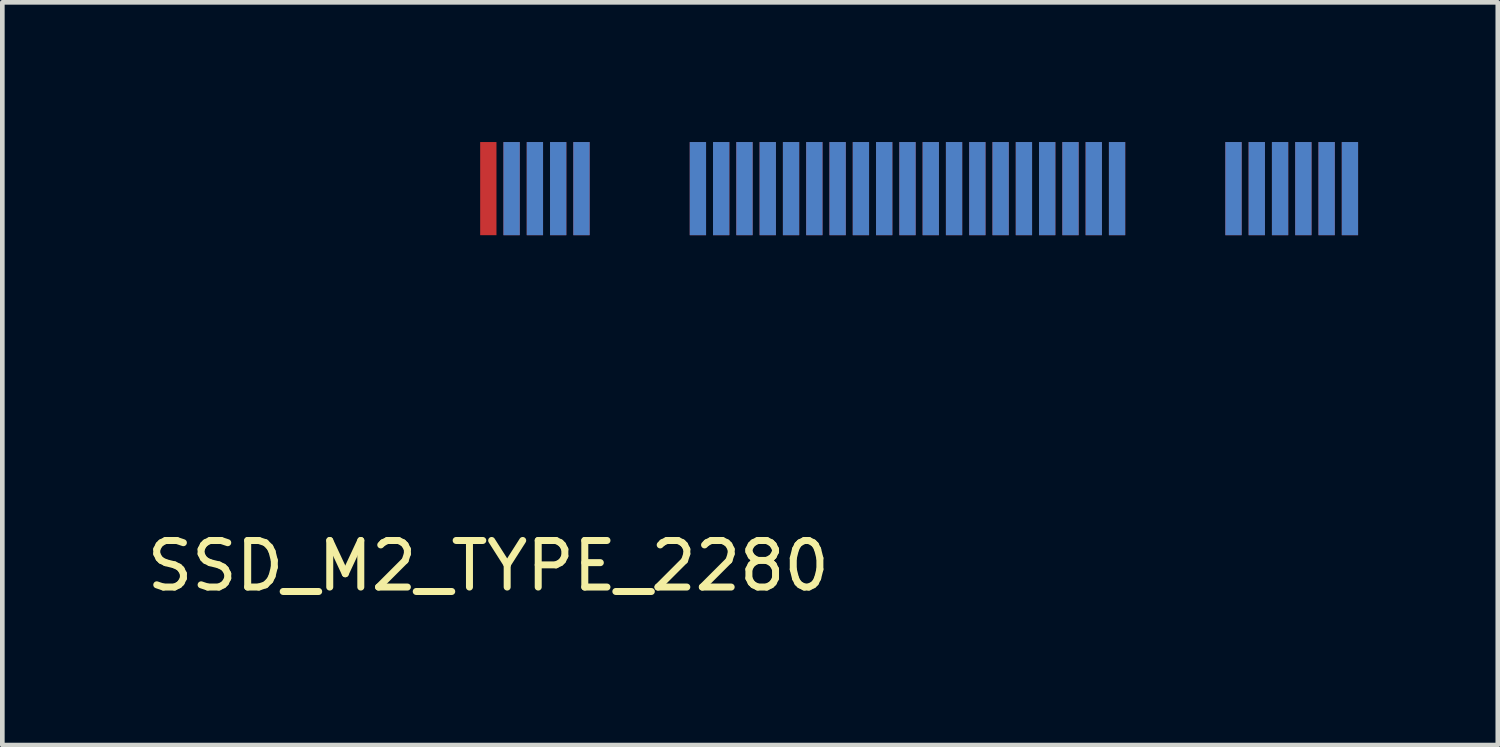
<source format=kicad_pcb>
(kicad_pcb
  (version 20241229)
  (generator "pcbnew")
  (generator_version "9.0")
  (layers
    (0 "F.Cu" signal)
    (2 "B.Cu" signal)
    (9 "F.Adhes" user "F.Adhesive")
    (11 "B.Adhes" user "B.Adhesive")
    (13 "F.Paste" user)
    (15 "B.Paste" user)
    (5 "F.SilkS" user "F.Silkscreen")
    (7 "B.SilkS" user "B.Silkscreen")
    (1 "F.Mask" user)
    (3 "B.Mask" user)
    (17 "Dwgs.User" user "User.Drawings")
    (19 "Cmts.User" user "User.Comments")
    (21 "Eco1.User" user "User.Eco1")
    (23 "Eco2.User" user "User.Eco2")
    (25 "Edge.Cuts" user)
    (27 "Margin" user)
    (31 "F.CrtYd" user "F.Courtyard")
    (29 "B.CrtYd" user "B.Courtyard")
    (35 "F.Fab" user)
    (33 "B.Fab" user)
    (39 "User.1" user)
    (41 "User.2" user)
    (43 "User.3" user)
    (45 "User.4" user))
  (footprint "SSD_M2_TYPE_2280"
    (layer "F.Cu")
    (at 7.435 1)
    (property "Reference" "SSD_M2_TYPE_2280" (at 0 8.1 0) (layer "F.SilkS") (effects (font (size 1 1) (thickness 0.15))))
    (attr through_hole)
    (pad "1" smd rect (at 18.5 0) (size 0.35 2) (layers "F.Cu" "F.Mask" "F.Paste"))
    (pad "2" smd rect (at 18.5 0) (size 0.35 2) (layers "B.Cu" "B.Mask" "B.Paste"))
    (pad "3" smd rect (at 18 0) (size 0.35 2) (layers "F.Cu" "F.Mask" "F.Paste"))
    (pad "4" smd rect (at 18 0) (size 0.35 2) (layers "B.Cu" "B.Mask" "B.Paste"))
    (pad "5" smd rect (at 17.5 0) (size 0.35 2) (layers "F.Cu" "F.Mask" "F.Paste"))
    (pad "6" smd rect (at 17.5 0) (size 0.35 2) (layers "B.Cu" "B.Mask" "B.Paste"))
    (pad "7" smd rect (at 17 0) (size 0.35 2) (layers "F.Cu" "F.Mask" "F.Paste"))
    (pad "8" smd rect (at 17 0) (size 0.35 2) (layers "B.Cu" "B.Mask" "B.Paste"))
    (pad "9" smd rect (at 16.5 0) (size 0.35 2) (layers "F.Cu" "F.Mask" "F.Paste"))
    (pad "10" smd rect (at 16.5 0) (size 0.35 2) (layers "B.Cu" "B.Mask" "B.Paste"))
    (pad "11" smd rect (at 16 0) (size 0.35 2) (layers "F.Cu" "F.Mask" "F.Paste"))
    (pad "12" smd rect (at 16 0) (size 0.35 2) (layers "B.Cu" "B.Mask" "B.Paste"))
    (pad "21" smd rect (at 13.5 0) (size 0.35 2) (layers "F.Cu" "F.Mask" "F.Paste"))
    (pad "22" smd rect (at 13.5 0) (size 0.35 2) (layers "B.Cu" "B.Mask" "B.Paste"))
    (pad "23" smd rect (at 13 0) (size 0.35 2) (layers "F.Cu" "F.Mask" "F.Paste"))
    (pad "24" smd rect (at 13 0) (size 0.35 2) (layers "B.Cu" "B.Mask" "B.Paste"))
    (pad "25" smd rect (at 12.5 0) (size 0.35 2) (layers "F.Cu" "F.Mask" "F.Paste"))
    (pad "26" smd rect (at 12.5 0) (size 0.35 2) (layers "B.Cu" "B.Mask" "B.Paste"))
    (pad "27" smd rect (at 12 0) (size 0.35 2) (layers "F.Cu" "F.Mask" "F.Paste"))
    (pad "28" smd rect (at 12 0) (size 0.35 2) (layers "B.Cu" "B.Mask" "B.Paste"))
    (pad "29" smd rect (at 11.5 0) (size 0.35 2) (layers "F.Cu" "F.Mask" "F.Paste"))
    (pad "30" smd rect (at 11.5 0) (size 0.35 2) (layers "B.Cu" "B.Mask" "B.Paste"))
    (pad "31" smd rect (at 11 0) (size 0.35 2) (layers "F.Cu" "F.Mask" "F.Paste"))
    (pad "32" smd rect (at 11 0) (size 0.35 2) (layers "B.Cu" "B.Mask" "B.Paste"))
    (pad "33" smd rect (at 10.5 0) (size 0.35 2) (layers "F.Cu" "F.Mask" "F.Paste"))
    (pad "34" smd rect (at 10.5 0) (size 0.35 2) (layers "B.Cu" "B.Mask" "B.Paste"))
    (pad "35" smd rect (at 10 0) (size 0.35 2) (layers "F.Cu" "F.Mask" "F.Paste"))
    (pad "36" smd rect (at 10 0) (size 0.35 2) (layers "B.Cu" "B.Mask" "B.Paste"))
    (pad "37" smd rect (at 9.5 0) (size 0.35 2) (layers "F.Cu" "F.Mask" "F.Paste"))
    (pad "38" smd rect (at 9.5 0) (size 0.35 2) (layers "B.Cu" "B.Mask" "B.Paste"))
    (pad "39" smd rect (at 9 0) (size 0.35 2) (layers "F.Cu" "F.Mask" "F.Paste"))
    (pad "40" smd rect (at 9 0) (size 0.35 2) (layers "B.Cu" "B.Mask" "B.Paste"))
    (pad "41" smd rect (at 8.5 0) (size 0.35 2) (layers "F.Cu" "F.Mask" "F.Paste"))
    (pad "42" smd rect (at 8.5 0) (size 0.35 2) (layers "B.Cu" "B.Mask" "B.Paste"))
    (pad "43" smd rect (at 8 0) (size 0.35 2) (layers "F.Cu" "F.Mask" "F.Paste"))
    (pad "44" smd rect (at 8 0) (size 0.35 2) (layers "B.Cu" "B.Mask" "B.Paste"))
    (pad "45" smd rect (at 7.5 0) (size 0.35 2) (layers "F.Cu" "F.Mask" "F.Paste"))
    (pad "46" smd rect (at 7.5 0) (size 0.35 2) (layers "B.Cu" "B.Mask" "B.Paste"))
    (pad "47" smd rect (at 7 0) (size 0.35 2) (layers "F.Cu" "F.Mask" "F.Paste"))
    (pad "48" smd rect (at 7 0) (size 0.35 2) (layers "B.Cu" "B.Mask" "B.Paste"))
    (pad "49" smd rect (at 6.5 0) (size 0.35 2) (layers "F.Cu" "F.Mask" "F.Paste"))
    (pad "50" smd rect (at 6.5 0) (size 0.35 2) (layers "B.Cu" "B.Mask" "B.Paste"))
    (pad "51" smd rect (at 6 0) (size 0.35 2) (layers "F.Cu" "F.Mask" "F.Paste"))
    (pad "52" smd rect (at 6 0) (size 0.35 2) (layers "B.Cu" "B.Mask" "B.Paste"))
    (pad "53" smd rect (at 5.5 0) (size 0.35 2) (layers "F.Cu" "F.Mask" "F.Paste"))
    (pad "54" smd rect (at 5.5 0) (size 0.35 2) (layers "B.Cu" "B.Mask" "B.Paste"))
    (pad "55" smd rect (at 5 0) (size 0.35 2) (layers "F.Cu" "F.Mask" "F.Paste"))
    (pad "56" smd rect (at 5 0) (size 0.35 2) (layers "B.Cu" "B.Mask" "B.Paste"))
    (pad "57" smd rect (at 4.5 0) (size 0.35 2) (layers "F.Cu" "F.Mask" "F.Paste"))
    (pad "58" smd rect (at 4.5 0) (size 0.35 2) (layers "B.Cu" "B.Mask" "B.Paste"))
    (pad "67" smd rect (at 2 0) (size 0.35 2) (layers "F.Cu" "F.Mask" "F.Paste"))
    (pad "68" smd rect (at 2 0) (size 0.35 2) (layers "B.Cu" "B.Mask" "B.Paste"))
    (pad "69" smd rect (at 1.5 0) (size 0.35 2) (layers "F.Cu" "F.Mask" "F.Paste"))
    (pad "70" smd rect (at 1.5 0) (size 0.35 2) (layers "B.Cu" "B.Mask" "B.Paste"))
    (pad "71" smd rect (at 1 0) (size 0.35 2) (layers "F.Cu" "F.Mask" "F.Paste"))
    (pad "72" smd rect (at 1 0) (size 0.35 2) (layers "B.Cu" "B.Mask" "B.Paste"))
    (pad "73" smd rect (at 0.5 0) (size 0.35 2) (layers "F.Cu" "F.Mask" "F.Paste"))
    (pad "74" smd rect (at 0.5 0) (size 0.35 2) (layers "B.Cu" "B.Mask" "B.Paste"))
    (pad "75" smd rect (at 0 0) (size 0.35 2) (layers "F.Cu" "F.Mask" "F.Paste")))
  (gr_rect
    (start -3 -3)
    (end 29.11 12.948)
    (stroke (width 0.1) (type default))
    (fill no)
    (layer "Edge.Cuts")))
</source>
